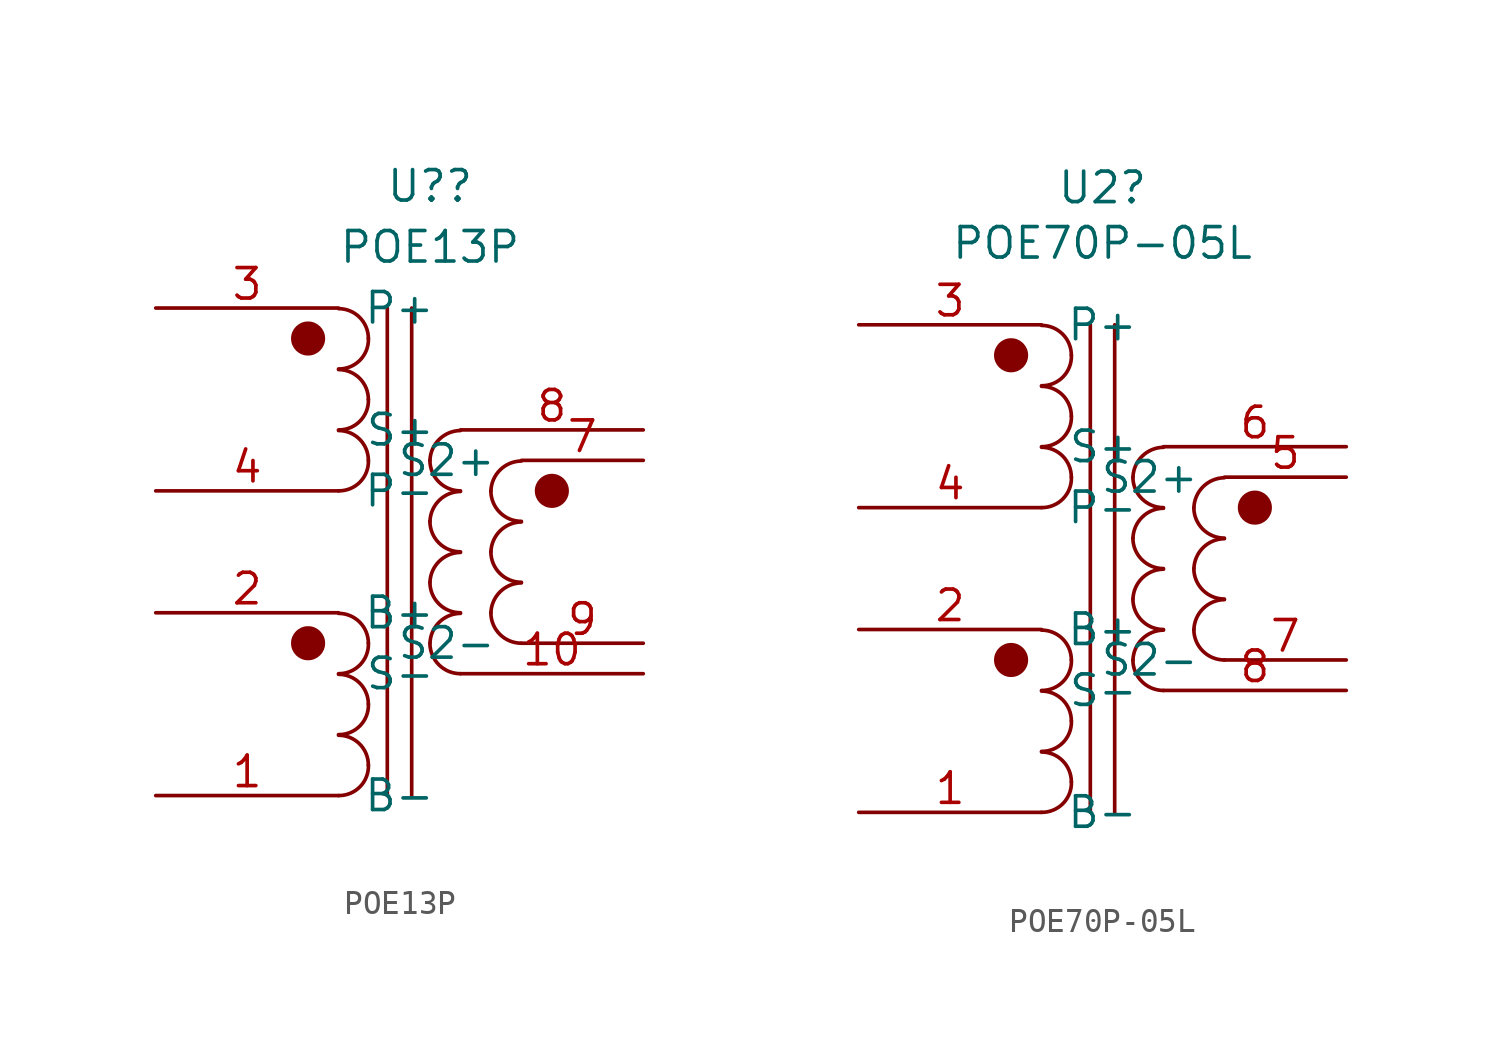
<source format=kicad_sym>
(kicad_symbol_lib
  (version 20211014)
  (generator kicad_symbol_editor)
  (symbol "POE13P"
    (pin_names
      (offset 1.016))
    (property "Reference" "U?"
      (at 1.27 15.24 0)
      (effects (font (size 1.27 1.27))))
    (property "Value" "POE13P"
      (at 1.27 12.7 0)
      (effects (font (size 1.27 1.27))))
    (symbol "POE13P_0_1"
      (circle (center -3.81 -3.81) (radius 0.635) (stroke (width 0) (type default) (color 0 0 0 0)) (fill (type outline)))
      (circle (center -3.81 8.89) (radius 0.635) (stroke (width 0) (type default) (color 0 0 0 0)) (fill (type outline)))
      (circle (center 6.35 2.54) (radius 0.635) (stroke (width 0) (type default) (color 0 0 0 0)) (fill (type outline))))
    (symbol "POE13P_1_1"
      (arc (start -2.54 -10.16) (mid -1.642 -9.788) (end -1.2954 -8.89) (stroke (width 0) (type default) (color 0 0 0 0)) (fill (type none)))
      (arc (start -2.54 -7.62) (mid -1.642 -7.248) (end -1.2954 -6.35) (stroke (width 0) (type default) (color 0 0 0 0)) (fill (type none)))
      (arc (start -2.54 -5.08) (mid -1.642 -4.708) (end -1.2954 -3.81) (stroke (width 0) (type default) (color 0 0 0 0)) (fill (type none)))
      (arc (start -2.54 2.54) (mid -1.642 2.912) (end -1.2954 3.81) (stroke (width 0) (type default) (color 0 0 0 0)) (fill (type none)))
      (arc (start -2.54 5.08) (mid -1.642 5.452) (end -1.2954 6.35) (stroke (width 0) (type default) (color 0 0 0 0)) (fill (type none)))
      (arc (start -2.54 7.62) (mid -1.642 7.992) (end -1.2954 8.89) (stroke (width 0) (type default) (color 0 0 0 0)) (fill (type none)))
      (arc (start -1.2954 -8.89) (mid -1.6599 -8.0099) (end -2.54 -7.6454) (stroke (width 0) (type default) (color 0 0 0 0)) (fill (type none)))
      (arc (start -1.2954 -6.35) (mid -1.6599 -5.4699) (end -2.54 -5.1054) (stroke (width 0) (type default) (color 0 0 0 0)) (fill (type none)))
      (arc (start -1.2954 -3.81) (mid -1.6599 -2.9299) (end -2.54 -2.5654) (stroke (width 0) (type default) (color 0 0 0 0)) (fill (type none)))
      (arc (start -1.2954 3.81) (mid -1.6599 4.6901) (end -2.54 5.0546) (stroke (width 0) (type default) (color 0 0 0 0)) (fill (type none)))
      (arc (start -1.2954 6.35) (mid -1.6599 7.2301) (end -2.54 7.5946) (stroke (width 0) (type default) (color 0 0 0 0)) (fill (type none)))
      (arc (start -1.2954 8.89) (mid -1.6599 9.7701) (end -2.54 10.1346) (stroke (width 0) (type default) (color 0 0 0 0)) (fill (type none)))
      (polyline (pts (xy -0.508 -10.16) (xy -0.508 10.16)) (stroke (width 0) (type default) (color 0 0 0 0)) (fill (type none)))
      (polyline (pts (xy 0.508 10.16) (xy 0.508 -10.16)) (stroke (width 0) (type default) (color 0 0 0 0)) (fill (type none)))
      (arc (start 1.27 -3.81) (mid 1.642 -4.708) (end 2.54 -5.08) (stroke (width 0) (type default) (color 0 0 0 0)) (fill (type none)))
      (arc (start 1.27 -1.27) (mid 1.642 -2.168) (end 2.54 -2.54) (stroke (width 0) (type default) (color 0 0 0 0)) (fill (type none)))
      (arc (start 1.27 1.27) (mid 1.642 0.372) (end 2.54 0) (stroke (width 0) (type default) (color 0 0 0 0)) (fill (type none)))
      (arc (start 1.27 3.81) (mid 1.642 2.912) (end 2.54 2.54) (stroke (width 0) (type default) (color 0 0 0 0)) (fill (type none)))
      (arc (start 2.54 -2.5654) (mid 1.6599 -2.9299) (end 1.27 -3.81) (stroke (width 0) (type default) (color 0 0 0 0)) (fill (type none)))
      (arc (start 2.54 -0.0254) (mid 1.6599 -0.3899) (end 1.27 -1.27) (stroke (width 0) (type default) (color 0 0 0 0)) (fill (type none)))
      (arc (start 2.54 2.5146) (mid 1.6599 2.1501) (end 1.27 1.27) (stroke (width 0) (type default) (color 0 0 0 0)) (fill (type none)))
      (arc (start 2.54 5.0546) (mid 1.6599 4.6901) (end 1.27 3.81) (stroke (width 0) (type default) (color 0 0 0 0)) (fill (type none)))
      (arc (start 3.81 -2.54) (mid 4.182 -3.438) (end 5.08 -3.81) (stroke (width 0) (type default) (color 0 0 0 0)) (fill (type none)))
      (arc (start 3.81 0) (mid 4.182 -0.898) (end 5.08 -1.27) (stroke (width 0) (type default) (color 0 0 0 0)) (fill (type none)))
      (arc (start 3.81 2.54) (mid 4.182 1.642) (end 5.08 1.27) (stroke (width 0) (type default) (color 0 0 0 0)) (fill (type none)))
      (arc (start 5.08 -1.2954) (mid 4.1999 -1.6599) (end 3.81 -2.54) (stroke (width 0) (type default) (color 0 0 0 0)) (fill (type none)))
      (arc (start 5.08 1.2446) (mid 4.1999 0.8801) (end 3.81 0) (stroke (width 0) (type default) (color 0 0 0 0)) (fill (type none)))
      (arc (start 5.08 3.7846) (mid 4.1999 3.4201) (end 3.81 2.54) (stroke (width 0) (type default) (color 0 0 0 0)) (fill (type none)))
      (pin passive line (at -10.16 -10.16 0) (length 7.62) (name "B-" (effects (font (size 1.27 1.27)))) (number "1" (effects (font (size 1.27 1.27)))))
      (pin passive line (at 10.16 -5.08 180) (length 7.62) (name "S-" (effects (font (size 1.27 1.27)))) (number "10" (effects (font (size 1.27 1.27)))))
      (pin passive line (at -10.16 -2.54 0) (length 7.62) (name "B+" (effects (font (size 1.27 1.27)))) (number "2" (effects (font (size 1.27 1.27)))))
      (pin passive line (at -10.16 10.16 0) (length 7.62) (name "P+" (effects (font (size 1.27 1.27)))) (number "3" (effects (font (size 1.27 1.27)))))
      (pin passive line (at -10.16 2.54 0) (length 7.62) (name "P-" (effects (font (size 1.27 1.27)))) (number "4" (effects (font (size 1.27 1.27)))))
      (pin passive line (at 10.16 3.81 180) (length 5.08) (name "S2+" (effects (font (size 1.27 1.27)))) (number "7" (effects (font (size 1.27 1.27)))))
      (pin passive line (at 10.16 5.08 180) (length 7.62) (name "S+" (effects (font (size 1.27 1.27)))) (number "8" (effects (font (size 1.27 1.27)))))
      (pin passive line (at 10.16 -3.81 180) (length 5.08) (name "S2-" (effects (font (size 1.27 1.27)))) (number "9" (effects (font (size 1.27 1.27)))))))
  (symbol "POE70P-05L"
    (pin_names
      (offset 1.016))
    (property "Reference" "U2"
      (at 0 15.875 0)
      (effects (font (size 1.27 1.27))))
    (property "Value" "POE70P-05L"
      (at 0 13.564 0)
      (effects (font (size 1.27 1.27))))
    (symbol "POE70P-05L_0_1"
      (circle (center -3.81 -3.81) (radius 0.635) (stroke (width 0) (type default) (color 0 0 0 0)) (fill (type outline)))
      (circle (center -3.81 8.89) (radius 0.635) (stroke (width 0) (type default) (color 0 0 0 0)) (fill (type outline)))
      (circle (center 6.35 2.54) (radius 0.635) (stroke (width 0) (type default) (color 0 0 0 0)) (fill (type outline))))
    (symbol "POE70P-05L_1_1"
      (arc (start -2.54 -10.16) (mid -1.642 -9.788) (end -1.2954 -8.89) (stroke (width 0) (type default) (color 0 0 0 0)) (fill (type none)))
      (arc (start -2.54 -7.62) (mid -1.642 -7.248) (end -1.2954 -6.35) (stroke (width 0) (type default) (color 0 0 0 0)) (fill (type none)))
      (arc (start -2.54 -5.08) (mid -1.642 -4.708) (end -1.2954 -3.81) (stroke (width 0) (type default) (color 0 0 0 0)) (fill (type none)))
      (arc (start -2.54 2.54) (mid -1.642 2.912) (end -1.2954 3.81) (stroke (width 0) (type default) (color 0 0 0 0)) (fill (type none)))
      (arc (start -2.54 5.08) (mid -1.642 5.452) (end -1.2954 6.35) (stroke (width 0) (type default) (color 0 0 0 0)) (fill (type none)))
      (arc (start -2.54 7.62) (mid -1.642 7.992) (end -1.2954 8.89) (stroke (width 0) (type default) (color 0 0 0 0)) (fill (type none)))
      (arc (start -1.2954 -8.89) (mid -1.6599 -8.0099) (end -2.54 -7.6454) (stroke (width 0) (type default) (color 0 0 0 0)) (fill (type none)))
      (arc (start -1.2954 -6.35) (mid -1.6599 -5.4699) (end -2.54 -5.1054) (stroke (width 0) (type default) (color 0 0 0 0)) (fill (type none)))
      (arc (start -1.2954 -3.81) (mid -1.6599 -2.9299) (end -2.54 -2.5654) (stroke (width 0) (type default) (color 0 0 0 0)) (fill (type none)))
      (arc (start -1.2954 3.81) (mid -1.6599 4.6901) (end -2.54 5.0546) (stroke (width 0) (type default) (color 0 0 0 0)) (fill (type none)))
      (arc (start -1.2954 6.35) (mid -1.6599 7.2301) (end -2.54 7.5946) (stroke (width 0) (type default) (color 0 0 0 0)) (fill (type none)))
      (arc (start -1.2954 8.89) (mid -1.6599 9.7701) (end -2.54 10.1346) (stroke (width 0) (type default) (color 0 0 0 0)) (fill (type none)))
      (polyline (pts (xy -0.508 -10.16) (xy -0.508 10.16)) (stroke (width 0) (type default) (color 0 0 0 0)) (fill (type none)))
      (polyline (pts (xy 0.508 10.16) (xy 0.508 -10.16)) (stroke (width 0) (type default) (color 0 0 0 0)) (fill (type none)))
      (arc (start 1.27 -3.81) (mid 1.642 -4.708) (end 2.54 -5.08) (stroke (width 0) (type default) (color 0 0 0 0)) (fill (type none)))
      (arc (start 1.27 -1.27) (mid 1.642 -2.168) (end 2.54 -2.54) (stroke (width 0) (type default) (color 0 0 0 0)) (fill (type none)))
      (arc (start 1.27 1.27) (mid 1.642 0.372) (end 2.54 0) (stroke (width 0) (type default) (color 0 0 0 0)) (fill (type none)))
      (arc (start 1.27 3.81) (mid 1.642 2.912) (end 2.54 2.54) (stroke (width 0) (type default) (color 0 0 0 0)) (fill (type none)))
      (arc (start 2.54 -2.5654) (mid 1.6599 -2.9299) (end 1.27 -3.81) (stroke (width 0) (type default) (color 0 0 0 0)) (fill (type none)))
      (arc (start 2.54 -0.0254) (mid 1.6599 -0.3899) (end 1.27 -1.27) (stroke (width 0) (type default) (color 0 0 0 0)) (fill (type none)))
      (arc (start 2.54 2.5146) (mid 1.6599 2.1501) (end 1.27 1.27) (stroke (width 0) (type default) (color 0 0 0 0)) (fill (type none)))
      (arc (start 2.54 5.0546) (mid 1.6599 4.6901) (end 1.27 3.81) (stroke (width 0) (type default) (color 0 0 0 0)) (fill (type none)))
      (arc (start 3.81 -2.54) (mid 4.182 -3.438) (end 5.08 -3.81) (stroke (width 0) (type default) (color 0 0 0 0)) (fill (type none)))
      (arc (start 3.81 0) (mid 4.182 -0.898) (end 5.08 -1.27) (stroke (width 0) (type default) (color 0 0 0 0)) (fill (type none)))
      (arc (start 3.81 2.54) (mid 4.182 1.642) (end 5.08 1.27) (stroke (width 0) (type default) (color 0 0 0 0)) (fill (type none)))
      (arc (start 5.08 -1.2954) (mid 4.1999 -1.6599) (end 3.81 -2.54) (stroke (width 0) (type default) (color 0 0 0 0)) (fill (type none)))
      (arc (start 5.08 1.2446) (mid 4.1999 0.8801) (end 3.81 0) (stroke (width 0) (type default) (color 0 0 0 0)) (fill (type none)))
      (arc (start 5.08 3.7846) (mid 4.1999 3.4201) (end 3.81 2.54) (stroke (width 0) (type default) (color 0 0 0 0)) (fill (type none)))
      (pin passive line (at -10.16 -10.16 0) (length 7.62) (name "B-" (effects (font (size 1.27 1.27)))) (number "1" (effects (font (size 1.27 1.27)))))
      (pin passive line (at -10.16 -2.54 0) (length 7.62) (name "B+" (effects (font (size 1.27 1.27)))) (number "2" (effects (font (size 1.27 1.27)))))
      (pin passive line (at -10.16 10.16 0) (length 7.62) (name "P+" (effects (font (size 1.27 1.27)))) (number "3" (effects (font (size 1.27 1.27)))))
      (pin passive line (at -10.16 2.54 0) (length 7.62) (name "P-" (effects (font (size 1.27 1.27)))) (number "4" (effects (font (size 1.27 1.27)))))
      (pin passive line (at 10.16 3.81 180) (length 5.08) (name "S2+" (effects (font (size 1.27 1.27)))) (number "5" (effects (font (size 1.27 1.27)))))
      (pin passive line (at 10.16 5.08 180) (length 7.62) (name "S+" (effects (font (size 1.27 1.27)))) (number "6" (effects (font (size 1.27 1.27)))))
      (pin passive line (at 10.16 -3.81 180) (length 5.08) (name "S2-" (effects (font (size 1.27 1.27)))) (number "7" (effects (font (size 1.27 1.27)))))
      (pin passive line (at 10.16 -5.08 180) (length 7.62) (name "S-" (effects (font (size 1.27 1.27)))) (number "8" (effects (font (size 1.27 1.27))))))))
</source>
